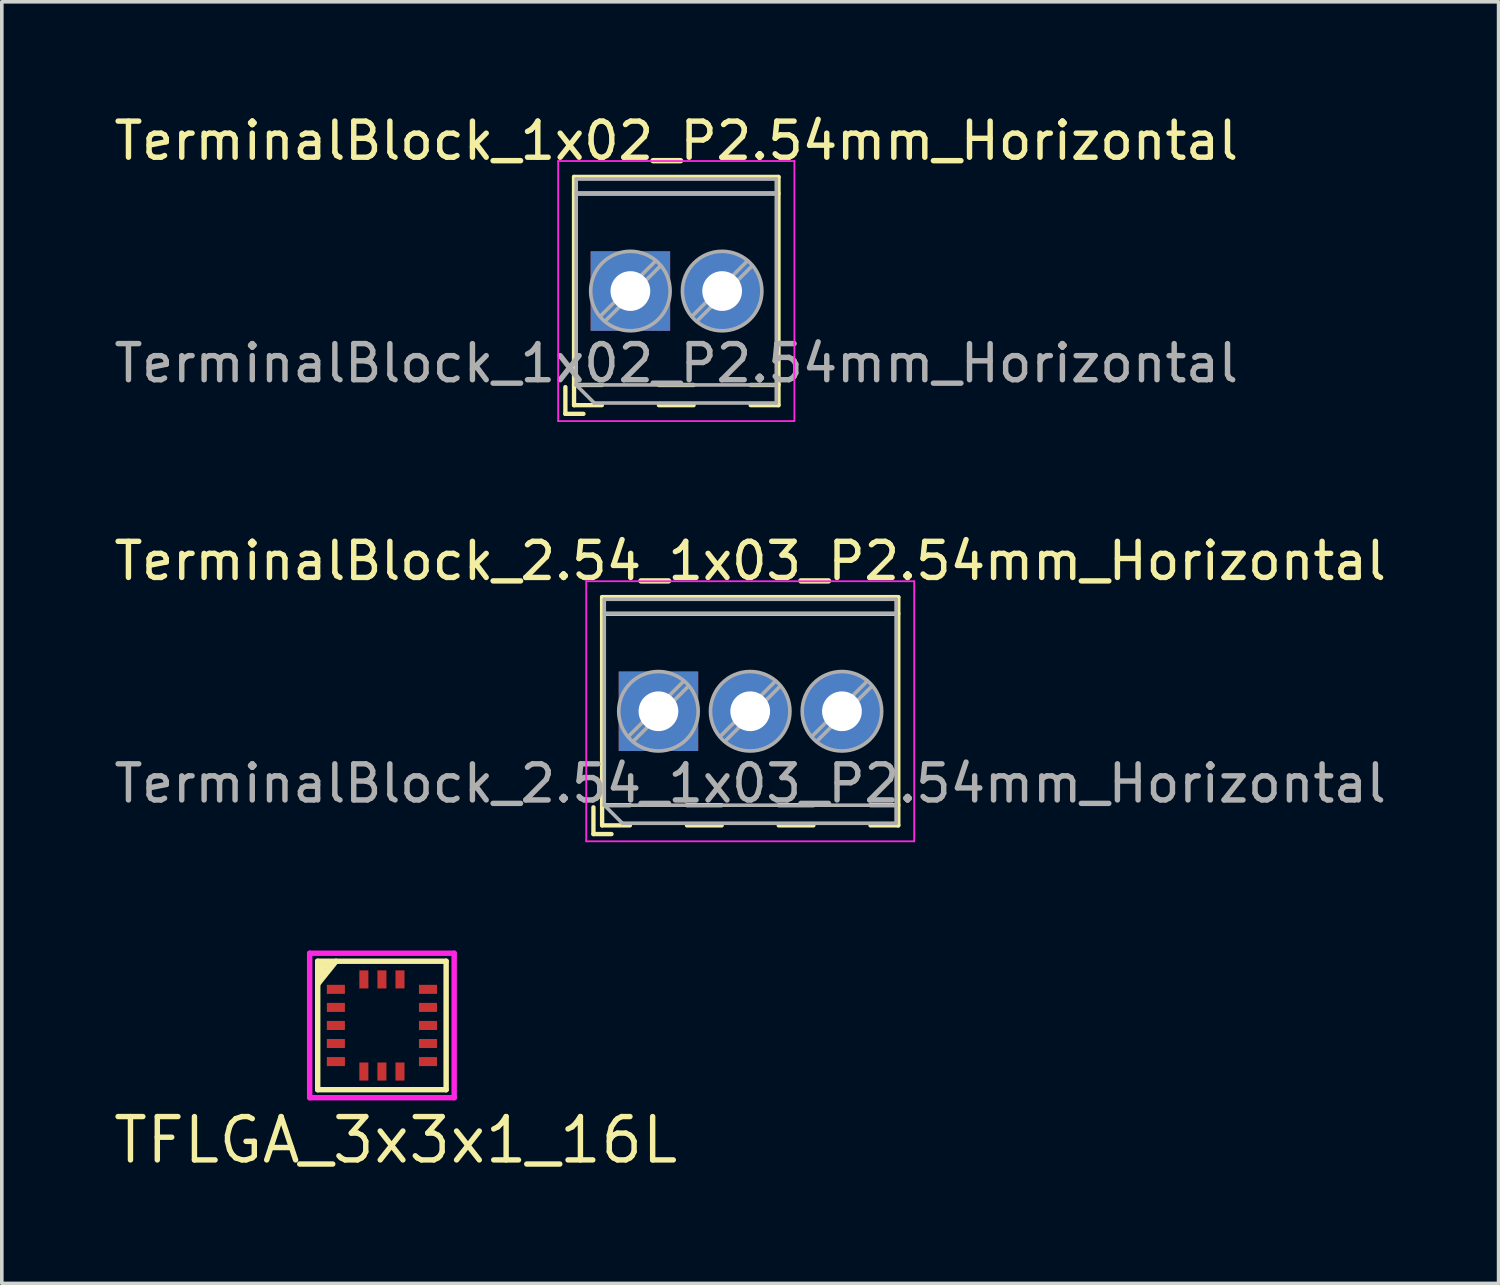
<source format=kicad_pcb>
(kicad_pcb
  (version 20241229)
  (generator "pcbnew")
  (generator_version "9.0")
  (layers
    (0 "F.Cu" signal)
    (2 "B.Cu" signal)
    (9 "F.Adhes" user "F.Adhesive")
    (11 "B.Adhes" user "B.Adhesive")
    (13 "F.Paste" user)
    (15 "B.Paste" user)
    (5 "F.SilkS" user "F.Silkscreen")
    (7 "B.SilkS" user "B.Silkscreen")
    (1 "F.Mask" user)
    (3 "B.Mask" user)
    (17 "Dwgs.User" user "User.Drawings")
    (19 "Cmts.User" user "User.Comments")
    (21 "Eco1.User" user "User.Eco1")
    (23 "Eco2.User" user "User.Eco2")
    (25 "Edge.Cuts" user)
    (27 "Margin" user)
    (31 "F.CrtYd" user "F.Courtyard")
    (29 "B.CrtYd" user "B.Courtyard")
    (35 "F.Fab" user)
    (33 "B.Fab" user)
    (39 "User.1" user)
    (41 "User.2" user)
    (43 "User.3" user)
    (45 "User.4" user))
  (footprint "TerminalBlock_2.54_1x03_P2.54mm_Horizontal"
    (layer "F.Cu")
    (at 15.18 16.642)
    (property "Reference" "TerminalBlock_2.54_1x03_P2.54mm_Horizontal" (at 2.54 -4.16 0) (layer "F.SilkS") (effects (font (size 1 1) (thickness 0.15))))
    (attr through_hole)
    (fp_line (start -1.8 2.66) (end -1.8 3.4) (stroke (width 0.12) (type solid)) (layer "F.SilkS"))
    (fp_line (start -1.8 3.4) (end -1.3 3.4) (stroke (width 0.12) (type solid)) (layer "F.SilkS"))
    (fp_line (start -1.56 -3.16) (end -1.56 3.16) (stroke (width 0.12) (type solid)) (layer "F.SilkS"))
    (fp_line (start -1.56 -3.16) (end 6.64 -3.16) (stroke (width 0.12) (type solid)) (layer "F.SilkS"))
    (fp_line (start -1.56 -2.7) (end 6.64 -2.7) (stroke (width 0.12) (type solid)) (layer "F.SilkS"))
    (fp_line (start -1.56 2.6) (end -0.79 2.6) (stroke (width 0.12) (type solid)) (layer "F.SilkS"))
    (fp_line (start -1.56 3.16) (end -0.79 3.16) (stroke (width 0.12) (type solid)) (layer "F.SilkS"))
    (fp_line (start 0.79 2.6) (end 1.75 2.6) (stroke (width 0.12) (type solid)) (layer "F.SilkS"))
    (fp_line (start 0.79 3.16) (end 1.75 3.16) (stroke (width 0.12) (type solid)) (layer "F.SilkS"))
    (fp_line (start 3.33 2.6) (end 4.29 2.6) (stroke (width 0.12) (type solid)) (layer "F.SilkS"))
    (fp_line (start 3.33 3.16) (end 4.29 3.16) (stroke (width 0.12) (type solid)) (layer "F.SilkS"))
    (fp_line (start 5.87 2.6) (end 6.64 2.6) (stroke (width 0.12) (type solid)) (layer "F.SilkS"))
    (fp_line (start 5.87 3.16) (end 6.64 3.16) (stroke (width 0.12) (type solid)) (layer "F.SilkS"))
    (fp_line (start 6.64 -3.16) (end 6.64 3.16) (stroke (width 0.12) (type solid)) (layer "F.SilkS"))
    (fp_line (start -2 -3.6) (end -2 3.6) (stroke (width 0.05) (type solid)) (layer "F.CrtYd"))
    (fp_line (start -2 3.6) (end 7.08 3.6) (stroke (width 0.05) (type solid)) (layer "F.CrtYd"))
    (fp_line (start 7.08 -3.6) (end -2 -3.6) (stroke (width 0.05) (type solid)) (layer "F.CrtYd"))
    (fp_line (start 7.08 3.6) (end 7.08 -3.6) (stroke (width 0.05) (type solid)) (layer "F.CrtYd"))
    (fp_line (start -1.5 -3.1) (end 6.58 -3.1) (stroke (width 0.1) (type solid)) (layer "F.Fab"))
    (fp_line (start -1.5 -2.7) (end 6.58 -2.7) (stroke (width 0.1) (type solid)) (layer "F.Fab"))
    (fp_line (start -1.5 2.6) (end -1.5 -3.1) (stroke (width 0.1) (type solid)) (layer "F.Fab"))
    (fp_line (start -1.5 2.6) (end 6.58 2.6) (stroke (width 0.1) (type solid)) (layer "F.Fab"))
    (fp_line (start -1 3.1) (end -1.5 2.6) (stroke (width 0.1) (type solid)) (layer "F.Fab"))
    (fp_line (start 0.701 -0.835) (end -0.835 0.7) (stroke (width 0.1) (type solid)) (layer "F.Fab"))
    (fp_line (start 0.835 -0.7) (end -0.701 0.835) (stroke (width 0.1) (type solid)) (layer "F.Fab"))
    (fp_line (start 3.241 -0.835) (end 1.706 0.7) (stroke (width 0.1) (type solid)) (layer "F.Fab"))
    (fp_line (start 3.375 -0.7) (end 1.84 0.835) (stroke (width 0.1) (type solid)) (layer "F.Fab"))
    (fp_line (start 5.781 -0.835) (end 4.246 0.7) (stroke (width 0.1) (type solid)) (layer "F.Fab"))
    (fp_line (start 5.915 -0.7) (end 4.38 0.835) (stroke (width 0.1) (type solid)) (layer "F.Fab"))
    (fp_line (start 6.58 -3.1) (end 6.58 3.1) (stroke (width 0.1) (type solid)) (layer "F.Fab"))
    (fp_line (start 6.58 3.1) (end -1 3.1) (stroke (width 0.1) (type solid)) (layer "F.Fab"))
    (fp_circle (center 0 0) (end 1.1 0) (stroke (width 0.1) (type solid)) (fill no) (layer "F.Fab"))
    (fp_circle (center 2.54 0) (end 3.64 0) (stroke (width 0.1) (type solid)) (fill no) (layer "F.Fab"))
    (fp_circle (center 5.08 0) (end 6.18 0) (stroke (width 0.1) (type solid)) (fill no) (layer "F.Fab"))
    (fp_text user "${REFERENCE}" (at 2.54 2 0) (layer "F.Fab") (effects (font (size 1 1) (thickness 0.15))))
    (pad "1" thru_hole rect (at 0 0) (size 2.2 2.2) (drill 1.1) (layers "*.Cu" "*.Mask"))
    (pad "2" thru_hole circle (at 2.54 0) (size 2.2 2.2) (drill 1.1) (layers "*.Cu" "*.Mask"))
    (pad "3" thru_hole circle (at 5.08 0) (size 2.2 2.2) (drill 1.1) (layers "*.Cu" "*.Mask")))
  (footprint "TerminalBlock_1x02_P2.54mm_Horizontal"
    (layer "F.Cu")
    (at 14.403 5.008)
    (property "Reference" "TerminalBlock_1x02_P2.54mm_Horizontal" (at 1.27 -4.16 0) (layer "F.SilkS") (effects (font (size 1 1) (thickness 0.15))))
    (attr through_hole)
    (fp_line (start -1.8 2.66) (end -1.8 3.4) (stroke (width 0.12) (type solid)) (layer "F.SilkS"))
    (fp_line (start -1.8 3.4) (end -1.3 3.4) (stroke (width 0.12) (type solid)) (layer "F.SilkS"))
    (fp_line (start -1.56 -3.16) (end -1.56 3.16) (stroke (width 0.12) (type solid)) (layer "F.SilkS"))
    (fp_line (start -1.56 -3.16) (end 4.1 -3.16) (stroke (width 0.12) (type solid)) (layer "F.SilkS"))
    (fp_line (start -1.56 -2.7) (end 4.1 -2.7) (stroke (width 0.12) (type solid)) (layer "F.SilkS"))
    (fp_line (start -1.56 2.6) (end -0.79 2.6) (stroke (width 0.12) (type solid)) (layer "F.SilkS"))
    (fp_line (start -1.56 3.16) (end -0.79 3.16) (stroke (width 0.12) (type solid)) (layer "F.SilkS"))
    (fp_line (start 0.79 2.6) (end 1.75 2.6) (stroke (width 0.12) (type solid)) (layer "F.SilkS"))
    (fp_line (start 0.79 3.16) (end 1.75 3.16) (stroke (width 0.12) (type solid)) (layer "F.SilkS"))
    (fp_line (start 3.33 2.6) (end 4.1 2.6) (stroke (width 0.12) (type solid)) (layer "F.SilkS"))
    (fp_line (start 3.33 3.16) (end 4.1 3.16) (stroke (width 0.12) (type solid)) (layer "F.SilkS"))
    (fp_line (start 4.1 -3.16) (end 4.1 3.16) (stroke (width 0.12) (type solid)) (layer "F.SilkS"))
    (fp_line (start -2 -3.6) (end -2 3.6) (stroke (width 0.05) (type solid)) (layer "F.CrtYd"))
    (fp_line (start -2 3.6) (end 4.54 3.6) (stroke (width 0.05) (type solid)) (layer "F.CrtYd"))
    (fp_line (start 4.54 -3.6) (end -2 -3.6) (stroke (width 0.05) (type solid)) (layer "F.CrtYd"))
    (fp_line (start 4.54 3.6) (end 4.54 -3.6) (stroke (width 0.05) (type solid)) (layer "F.CrtYd"))
    (fp_line (start -1.5 -3.1) (end 4.04 -3.1) (stroke (width 0.1) (type solid)) (layer "F.Fab"))
    (fp_line (start -1.5 -2.7) (end 4.04 -2.7) (stroke (width 0.1) (type solid)) (layer "F.Fab"))
    (fp_line (start -1.5 2.6) (end -1.5 -3.1) (stroke (width 0.1) (type solid)) (layer "F.Fab"))
    (fp_line (start -1.5 2.6) (end 4.04 2.6) (stroke (width 0.1) (type solid)) (layer "F.Fab"))
    (fp_line (start -1 3.1) (end -1.5 2.6) (stroke (width 0.1) (type solid)) (layer "F.Fab"))
    (fp_line (start 0.701 -0.835) (end -0.835 0.7) (stroke (width 0.1) (type solid)) (layer "F.Fab"))
    (fp_line (start 0.835 -0.7) (end -0.701 0.835) (stroke (width 0.1) (type solid)) (layer "F.Fab"))
    (fp_line (start 3.241 -0.835) (end 1.706 0.7) (stroke (width 0.1) (type solid)) (layer "F.Fab"))
    (fp_line (start 3.375 -0.7) (end 1.84 0.835) (stroke (width 0.1) (type solid)) (layer "F.Fab"))
    (fp_line (start 4.04 -3.1) (end 4.04 3.1) (stroke (width 0.1) (type solid)) (layer "F.Fab"))
    (fp_line (start 4.04 3.1) (end -1 3.1) (stroke (width 0.1) (type solid)) (layer "F.Fab"))
    (fp_circle (center 0 0) (end 1.1 0) (stroke (width 0.1) (type solid)) (fill no) (layer "F.Fab"))
    (fp_circle (center 2.54 0) (end 3.64 0) (stroke (width 0.1) (type solid)) (fill no) (layer "F.Fab"))
    (fp_text user "${REFERENCE}" (at 1.27 2 0) (layer "F.Fab") (effects (font (size 1 1) (thickness 0.15))))
    (pad "1" thru_hole rect (at 0 0) (size 2.2 2.2) (drill 1.1) (layers "*.Cu" "*.Mask"))
    (pad "2" thru_hole circle (at 2.54 0) (size 2.2 2.2) (drill 1.1) (layers "*.Cu" "*.Mask")))
  (footprint "TFLGA_3x3x1_16L"
    (layer "F.Cu")
    (at 7.524 25.341)
    (property "Reference" "TFLGA_3x3x1_16L" (at 0.381 3.175 0) (layer "F.SilkS") (effects (font (size 1.2 1.2) (thickness 0.15))))
    (attr through_hole)
    (fp_line (start -1.778 -1.778) (end 1.778 -1.778) (stroke (width 0.15) (type solid)) (layer "F.SilkS"))
    (fp_line (start -1.778 -1.143) (end -1.27 -1.778) (stroke (width 0.15) (type solid)) (layer "F.SilkS"))
    (fp_line (start -1.778 1.778) (end -1.778 -1.778) (stroke (width 0.15) (type solid)) (layer "F.SilkS"))
    (fp_line (start -1.651 -1.651) (end -1.397 -1.651) (stroke (width 0.15) (type solid)) (layer "F.SilkS"))
    (fp_line (start -1.651 -1.397) (end -1.651 -1.651) (stroke (width 0.15) (type solid)) (layer "F.SilkS"))
    (fp_line (start -1.397 -1.651) (end -1.524 -1.524) (stroke (width 0.15) (type solid)) (layer "F.SilkS"))
    (fp_line (start 1.778 -1.778) (end 1.778 1.778) (stroke (width 0.15) (type solid)) (layer "F.SilkS"))
    (fp_line (start 1.778 1.778) (end -1.778 1.778) (stroke (width 0.15) (type solid)) (layer "F.SilkS"))
    (fp_line (start -2 -2) (end 2 -2) (stroke (width 0.15) (type solid)) (layer "F.CrtYd"))
    (fp_line (start -2 2) (end -2 -2) (stroke (width 0.15) (type solid)) (layer "F.CrtYd"))
    (fp_line (start 2 -2) (end 2 2) (stroke (width 0.15) (type solid)) (layer "F.CrtYd"))
    (fp_line (start 2 2) (end -2 2) (stroke (width 0.15) (type solid)) (layer "F.CrtYd"))
    (pad "1" smd rect (at -1.275 -1 90) (size 0.25 0.5) (layers "F.Cu" "F.Mask" "F.Paste"))
    (pad "2" smd rect (at -1.275 -0.5 90) (size 0.25 0.5) (layers "F.Cu" "F.Mask" "F.Paste"))
    (pad "3" smd rect (at -1.275 0 90) (size 0.25 0.5) (layers "F.Cu" "F.Mask" "F.Paste"))
    (pad "4" smd rect (at -1.275 0.5 90) (size 0.25 0.5) (layers "F.Cu" "F.Mask" "F.Paste"))
    (pad "5" smd rect (at -1.275 1 90) (size 0.25 0.5) (layers "F.Cu" "F.Mask" "F.Paste"))
    (pad "6" smd rect (at -0.5 1.275) (size 0.25 0.5) (layers "F.Cu" "F.Mask" "F.Paste"))
    (pad "7" smd rect (at 0 1.275) (size 0.25 0.5) (layers "F.Cu" "F.Mask" "F.Paste"))
    (pad "8" smd rect (at 0.5 1.275) (size 0.25 0.5) (layers "F.Cu" "F.Mask" "F.Paste"))
    (pad "9" smd rect (at 1.275 1 90) (size 0.25 0.5) (layers "F.Cu" "F.Mask" "F.Paste"))
    (pad "10" smd rect (at 1.275 0.5 90) (size 0.25 0.5) (layers "F.Cu" "F.Mask" "F.Paste"))
    (pad "11" smd rect (at 1.275 0 90) (size 0.25 0.5) (layers "F.Cu" "F.Mask" "F.Paste"))
    (pad "12" smd rect (at 1.275 -0.5 90) (size 0.25 0.5) (layers "F.Cu" "F.Mask" "F.Paste"))
    (pad "13" smd rect (at 1.275 -1 90) (size 0.25 0.5) (layers "F.Cu" "F.Mask" "F.Paste"))
    (pad "14" smd rect (at 0.5 -1.275) (size 0.25 0.5) (layers "F.Cu" "F.Mask" "F.Paste"))
    (pad "15" smd rect (at 0 -1.275) (size 0.25 0.5) (layers "F.Cu" "F.Mask" "F.Paste"))
    (pad "16" smd rect (at -0.5 -1.275) (size 0.25 0.5) (layers "F.Cu" "F.Mask" "F.Paste")))
  (gr_rect
    (start -3 -3)
    (end 38.44 32.482)
    (stroke (width 0.1) (type default))
    (fill no)
    (layer "Edge.Cuts")))
</source>
